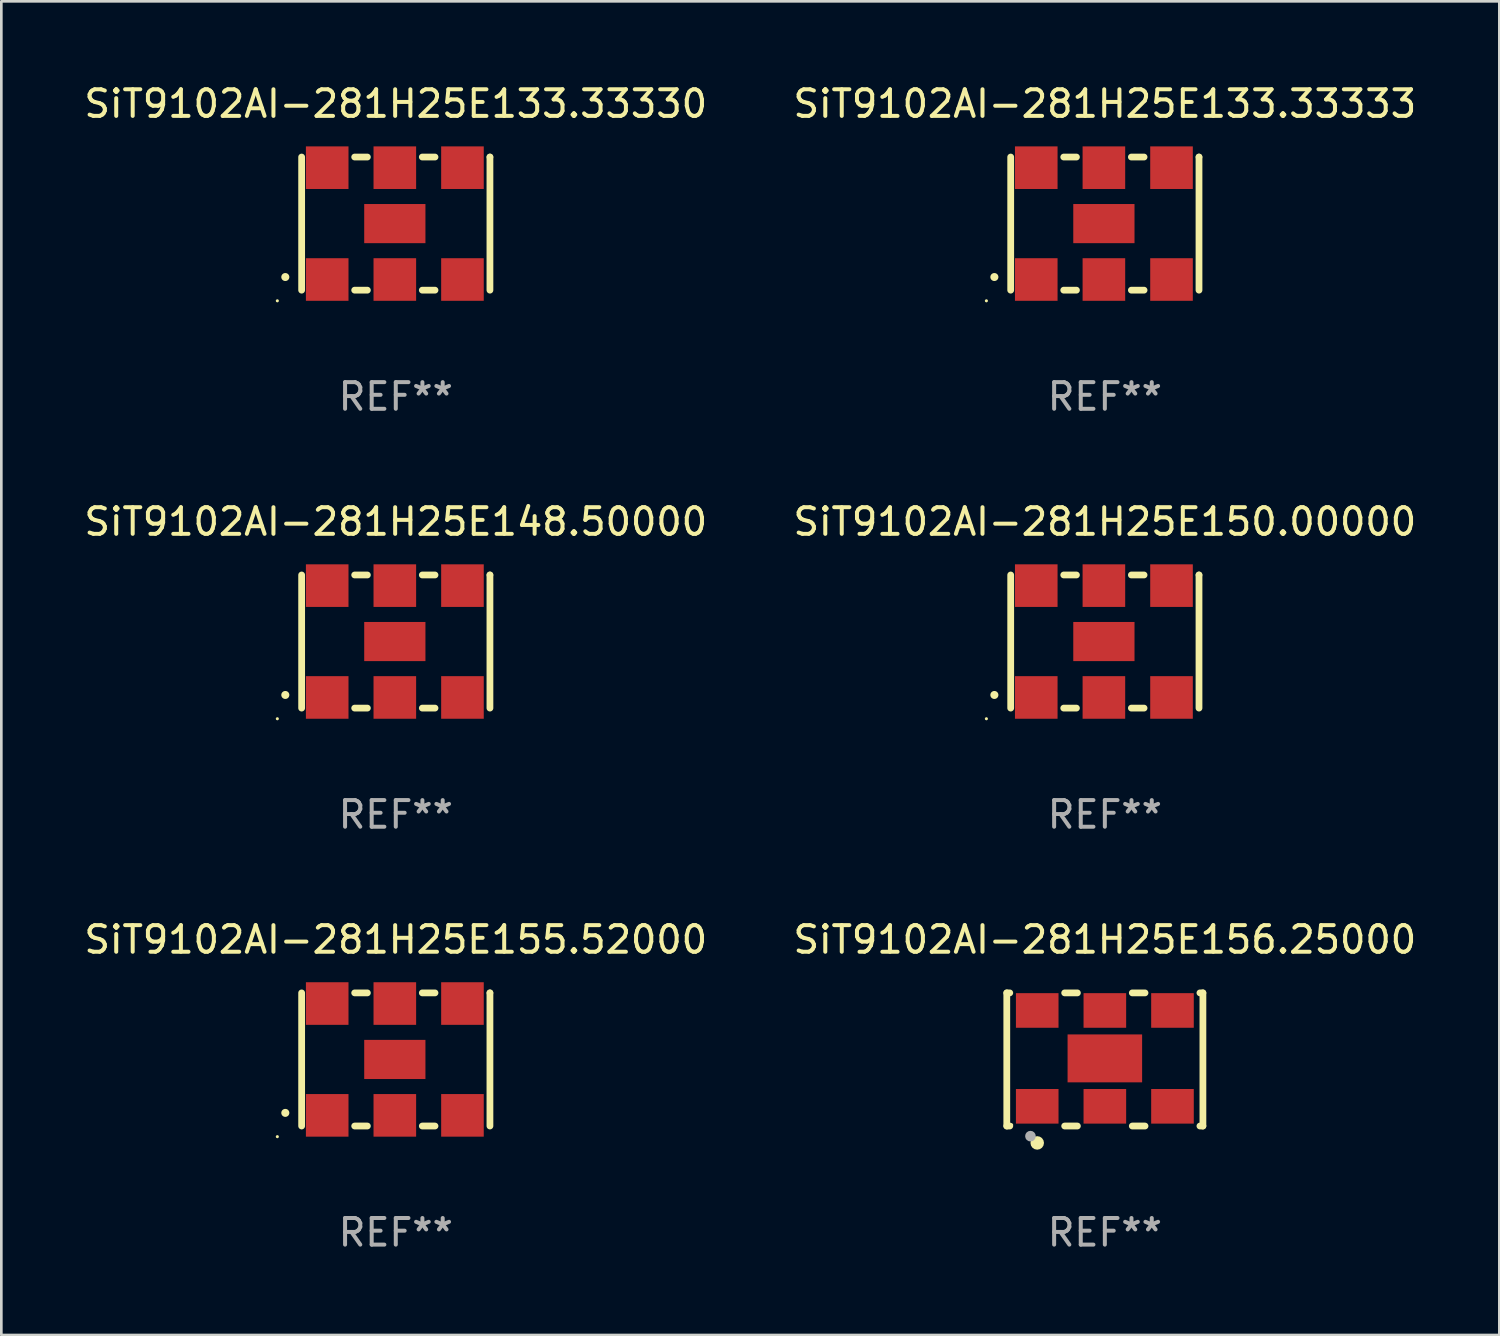
<source format=kicad_pcb>
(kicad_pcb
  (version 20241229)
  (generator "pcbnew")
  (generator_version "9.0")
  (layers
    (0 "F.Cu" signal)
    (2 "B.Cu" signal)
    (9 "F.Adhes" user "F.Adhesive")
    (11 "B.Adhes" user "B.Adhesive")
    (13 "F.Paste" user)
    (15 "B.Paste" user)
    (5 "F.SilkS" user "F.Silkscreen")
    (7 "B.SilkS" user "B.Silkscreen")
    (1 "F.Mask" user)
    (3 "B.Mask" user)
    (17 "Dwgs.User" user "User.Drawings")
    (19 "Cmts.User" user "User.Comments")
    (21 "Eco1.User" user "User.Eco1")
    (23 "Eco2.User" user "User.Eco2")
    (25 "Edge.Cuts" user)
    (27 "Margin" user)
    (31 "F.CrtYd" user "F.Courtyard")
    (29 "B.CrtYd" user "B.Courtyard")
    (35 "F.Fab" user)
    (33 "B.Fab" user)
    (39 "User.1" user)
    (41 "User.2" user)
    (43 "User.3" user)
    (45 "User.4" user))
  (footprint "SiT9102AI-281H25E156.25000"
    (layer "F.Cu")
    (at 38.446 36.741)
    (property "Reference" "SiT9102AI-281H25E156.25000" (at 0 -4.5 0) (layer "F.SilkS") (effects (font (size 1 1) (thickness 0.15))))
    (attr through_hole)
    (fp_line (start -3.683 -2.5) (end -3.571 -2.5) (stroke (width 0.254) (type solid)) (layer "F.SilkS"))
    (fp_line (start -3.683 2.5) (end -3.683 -2.5) (stroke (width 0.254) (type solid)) (layer "F.SilkS"))
    (fp_line (start -3.683 2.5) (end -3.571 2.5) (stroke (width 0.254) (type solid)) (layer "F.SilkS"))
    (fp_line (start -1.509 -2.5) (end -1.031 -2.5) (stroke (width 0.254) (type solid)) (layer "F.SilkS"))
    (fp_line (start -1.509 2.5) (end -1.031 2.5) (stroke (width 0.254) (type solid)) (layer "F.SilkS"))
    (fp_line (start 1.031 -2.5) (end 1.509 -2.5) (stroke (width 0.254) (type solid)) (layer "F.SilkS"))
    (fp_line (start 1.031 2.5) (end 1.509 2.5) (stroke (width 0.254) (type solid)) (layer "F.SilkS"))
    (fp_line (start 3.571 -2.5) (end 3.683 -2.5) (stroke (width 0.254) (type solid)) (layer "F.SilkS"))
    (fp_line (start 3.571 2.5) (end 3.683 2.5) (stroke (width 0.254) (type solid)) (layer "F.SilkS"))
    (fp_line (start 3.683 2.5) (end 3.683 -2.5) (stroke (width 0.254) (type solid)) (layer "F.SilkS"))
    (fp_circle (center -3.5 2.46) (end -3.47 2.46) (stroke (width 0.06) (type solid)) (fill no) (layer "F.SilkS"))
    (fp_circle (center -2.54 3.135) (end -2.413 3.135) (stroke (width 0.254) (type solid)) (fill no) (layer "F.SilkS"))
    (fp_circle (center -2.794 2.881) (end -2.694 2.881) (stroke (width 0.2) (type solid)) (fill no) (layer "F.Fab"))
    (fp_text user "REF**" (at 0 6.5 0) (layer "F.Fab") (effects (font (size 1 1) (thickness 0.15))))
    (pad "1" smd rect (at -2.54 1.76) (size 1.6 1.3) (layers "F.Cu" "F.Mask" "F.Paste"))
    (pad "2" smd rect (at 0 1.76) (size 1.6 1.3) (layers "F.Cu" "F.Mask" "F.Paste"))
    (pad "3" smd rect (at 2.54 1.76) (size 1.6 1.3) (layers "F.Cu" "F.Mask" "F.Paste"))
    (pad "4" smd rect (at 2.54 -1.84) (size 1.6 1.3) (layers "F.Cu" "F.Mask" "F.Paste"))
    (pad "5" smd rect (at 0 -1.84) (size 1.6 1.3) (layers "F.Cu" "F.Mask" "F.Paste"))
    (pad "6" smd rect (at -2.54 -1.84) (size 1.6 1.3) (layers "F.Cu" "F.Mask" "F.Paste"))
    (pad "7" smd rect (at 0 -0.04) (size 2.8 1.8) (layers "F.Cu" "F.Mask" "F.Paste")))
  (footprint "SiT9102AI-281H25E150.00000"
    (layer "F.Cu")
    (at 38.446 21.045)
    (property "Reference" "SiT9102AI-281H25E150.00000" (at 0 -4.5 0) (layer "F.SilkS") (effects (font (size 1 1) (thickness 0.15))))
    (attr through_hole)
    (fp_line (start -3.536 -2.5) (end -3.536 2.5) (stroke (width 0.254) (type solid)) (layer "F.SilkS"))
    (fp_line (start -1.544 2.5) (end -1.067 2.5) (stroke (width 0.254) (type solid)) (layer "F.SilkS"))
    (fp_line (start -1.067 -2.5) (end -1.544 -2.5) (stroke (width 0.254) (type solid)) (layer "F.SilkS"))
    (fp_line (start 0.996 2.5) (end 1.473 2.5) (stroke (width 0.254) (type solid)) (layer "F.SilkS"))
    (fp_line (start 1.473 -2.5) (end 0.996 -2.5) (stroke (width 0.254) (type solid)) (layer "F.SilkS"))
    (fp_line (start 3.536 -2.5) (end 3.536 -2.5) (stroke (width 0.254) (type solid)) (layer "F.SilkS"))
    (fp_line (start 3.536 2.5) (end 3.536 -2.5) (stroke (width 0.254) (type solid)) (layer "F.SilkS"))
    (fp_arc (start -4.150432 2.006604) (mid -4.149162 2.006599) (end -4.147892 2.006604) (stroke (width 0.3) (type solid)) (layer "F.SilkS"))
    (fp_circle (center -4.449 2.9) (end -4.419 2.9) (stroke (width 0.06) (type solid)) (fill no) (layer "F.SilkS"))
    (fp_text user "REF**" (at 0 6.5 0) (layer "F.Fab") (effects (font (size 1 1) (thickness 0.15))))
    (pad "1" smd rect (at -2.576 2.1) (size 1.6 1.6) (layers "F.Cu" "F.Mask" "F.Paste"))
    (pad "2" smd rect (at -0.036 2.1) (size 1.6 1.6) (layers "F.Cu" "F.Mask" "F.Paste"))
    (pad "3" smd rect (at 2.504 2.1) (size 1.6 1.6) (layers "F.Cu" "F.Mask" "F.Paste"))
    (pad "4" smd rect (at 2.504 -2.1) (size 1.6 1.6) (layers "F.Cu" "F.Mask" "F.Paste"))
    (pad "5" smd rect (at -0.036 -2.1) (size 1.6 1.6) (layers "F.Cu" "F.Mask" "F.Paste"))
    (pad "6" smd rect (at -2.576 -2.1) (size 1.6 1.6) (layers "F.Cu" "F.Mask" "F.Paste"))
    (pad "7" smd rect (at -0.036 0) (size 2.3 1.47) (layers "F.Cu" "F.Mask" "F.Paste")))
  (footprint "SiT9102AI-281H25E133.33333"
    (layer "F.Cu")
    (at 38.446 5.348)
    (property "Reference" "SiT9102AI-281H25E133.33333" (at 0 -4.5 0) (layer "F.SilkS") (effects (font (size 1 1) (thickness 0.15))))
    (attr through_hole)
    (fp_line (start -3.536 -2.5) (end -3.536 2.5) (stroke (width 0.254) (type solid)) (layer "F.SilkS"))
    (fp_line (start -1.544 2.5) (end -1.067 2.5) (stroke (width 0.254) (type solid)) (layer "F.SilkS"))
    (fp_line (start -1.067 -2.5) (end -1.544 -2.5) (stroke (width 0.254) (type solid)) (layer "F.SilkS"))
    (fp_line (start 0.996 2.5) (end 1.473 2.5) (stroke (width 0.254) (type solid)) (layer "F.SilkS"))
    (fp_line (start 1.473 -2.5) (end 0.996 -2.5) (stroke (width 0.254) (type solid)) (layer "F.SilkS"))
    (fp_line (start 3.536 -2.5) (end 3.536 -2.5) (stroke (width 0.254) (type solid)) (layer "F.SilkS"))
    (fp_line (start 3.536 2.5) (end 3.536 -2.5) (stroke (width 0.254) (type solid)) (layer "F.SilkS"))
    (fp_arc (start -4.150432 2.006604) (mid -4.149162 2.006599) (end -4.147892 2.006604) (stroke (width 0.3) (type solid)) (layer "F.SilkS"))
    (fp_circle (center -4.449 2.9) (end -4.419 2.9) (stroke (width 0.06) (type solid)) (fill no) (layer "F.SilkS"))
    (fp_text user "REF**" (at 0 6.5 0) (layer "F.Fab") (effects (font (size 1 1) (thickness 0.15))))
    (pad "1" smd rect (at -2.576 2.1) (size 1.6 1.6) (layers "F.Cu" "F.Mask" "F.Paste"))
    (pad "2" smd rect (at -0.036 2.1) (size 1.6 1.6) (layers "F.Cu" "F.Mask" "F.Paste"))
    (pad "3" smd rect (at 2.504 2.1) (size 1.6 1.6) (layers "F.Cu" "F.Mask" "F.Paste"))
    (pad "4" smd rect (at 2.504 -2.1) (size 1.6 1.6) (layers "F.Cu" "F.Mask" "F.Paste"))
    (pad "5" smd rect (at -0.036 -2.1) (size 1.6 1.6) (layers "F.Cu" "F.Mask" "F.Paste"))
    (pad "6" smd rect (at -2.576 -2.1) (size 1.6 1.6) (layers "F.Cu" "F.Mask" "F.Paste"))
    (pad "7" smd rect (at -0.036 0) (size 2.3 1.47) (layers "F.Cu" "F.Mask" "F.Paste")))
  (footprint "SiT9102AI-281H25E155.52000"
    (layer "F.Cu")
    (at 11.815 36.741)
    (property "Reference" "SiT9102AI-281H25E155.52000" (at 0 -4.5 0) (layer "F.SilkS") (effects (font (size 1 1) (thickness 0.15))))
    (attr through_hole)
    (fp_line (start -3.536 -2.5) (end -3.536 2.5) (stroke (width 0.254) (type solid)) (layer "F.SilkS"))
    (fp_line (start -1.544 2.5) (end -1.067 2.5) (stroke (width 0.254) (type solid)) (layer "F.SilkS"))
    (fp_line (start -1.067 -2.5) (end -1.544 -2.5) (stroke (width 0.254) (type solid)) (layer "F.SilkS"))
    (fp_line (start 0.996 2.5) (end 1.473 2.5) (stroke (width 0.254) (type solid)) (layer "F.SilkS"))
    (fp_line (start 1.473 -2.5) (end 0.996 -2.5) (stroke (width 0.254) (type solid)) (layer "F.SilkS"))
    (fp_line (start 3.536 -2.5) (end 3.536 -2.5) (stroke (width 0.254) (type solid)) (layer "F.SilkS"))
    (fp_line (start 3.536 2.5) (end 3.536 -2.5) (stroke (width 0.254) (type solid)) (layer "F.SilkS"))
    (fp_arc (start -4.150432 2.006604) (mid -4.149162 2.006599) (end -4.147892 2.006604) (stroke (width 0.3) (type solid)) (layer "F.SilkS"))
    (fp_circle (center -4.449 2.9) (end -4.419 2.9) (stroke (width 0.06) (type solid)) (fill no) (layer "F.SilkS"))
    (fp_text user "REF**" (at 0 6.5 0) (layer "F.Fab") (effects (font (size 1 1) (thickness 0.15))))
    (pad "1" smd rect (at -2.576 2.1) (size 1.6 1.6) (layers "F.Cu" "F.Mask" "F.Paste"))
    (pad "2" smd rect (at -0.036 2.1) (size 1.6 1.6) (layers "F.Cu" "F.Mask" "F.Paste"))
    (pad "3" smd rect (at 2.504 2.1) (size 1.6 1.6) (layers "F.Cu" "F.Mask" "F.Paste"))
    (pad "4" smd rect (at 2.504 -2.1) (size 1.6 1.6) (layers "F.Cu" "F.Mask" "F.Paste"))
    (pad "5" smd rect (at -0.036 -2.1) (size 1.6 1.6) (layers "F.Cu" "F.Mask" "F.Paste"))
    (pad "6" smd rect (at -2.576 -2.1) (size 1.6 1.6) (layers "F.Cu" "F.Mask" "F.Paste"))
    (pad "7" smd rect (at -0.036 0) (size 2.3 1.47) (layers "F.Cu" "F.Mask" "F.Paste")))
  (footprint "SiT9102AI-281H25E148.50000"
    (layer "F.Cu")
    (at 11.815 21.045)
    (property "Reference" "SiT9102AI-281H25E148.50000" (at 0 -4.5 0) (layer "F.SilkS") (effects (font (size 1 1) (thickness 0.15))))
    (attr through_hole)
    (fp_line (start -3.536 -2.5) (end -3.536 2.5) (stroke (width 0.254) (type solid)) (layer "F.SilkS"))
    (fp_line (start -1.544 2.5) (end -1.067 2.5) (stroke (width 0.254) (type solid)) (layer "F.SilkS"))
    (fp_line (start -1.067 -2.5) (end -1.544 -2.5) (stroke (width 0.254) (type solid)) (layer "F.SilkS"))
    (fp_line (start 0.996 2.5) (end 1.473 2.5) (stroke (width 0.254) (type solid)) (layer "F.SilkS"))
    (fp_line (start 1.473 -2.5) (end 0.996 -2.5) (stroke (width 0.254) (type solid)) (layer "F.SilkS"))
    (fp_line (start 3.536 -2.5) (end 3.536 -2.5) (stroke (width 0.254) (type solid)) (layer "F.SilkS"))
    (fp_line (start 3.536 2.5) (end 3.536 -2.5) (stroke (width 0.254) (type solid)) (layer "F.SilkS"))
    (fp_arc (start -4.150432 2.006604) (mid -4.149162 2.006599) (end -4.147892 2.006604) (stroke (width 0.3) (type solid)) (layer "F.SilkS"))
    (fp_circle (center -4.449 2.9) (end -4.419 2.9) (stroke (width 0.06) (type solid)) (fill no) (layer "F.SilkS"))
    (fp_text user "REF**" (at 0 6.5 0) (layer "F.Fab") (effects (font (size 1 1) (thickness 0.15))))
    (pad "1" smd rect (at -2.576 2.1) (size 1.6 1.6) (layers "F.Cu" "F.Mask" "F.Paste"))
    (pad "2" smd rect (at -0.036 2.1) (size 1.6 1.6) (layers "F.Cu" "F.Mask" "F.Paste"))
    (pad "3" smd rect (at 2.504 2.1) (size 1.6 1.6) (layers "F.Cu" "F.Mask" "F.Paste"))
    (pad "4" smd rect (at 2.504 -2.1) (size 1.6 1.6) (layers "F.Cu" "F.Mask" "F.Paste"))
    (pad "5" smd rect (at -0.036 -2.1) (size 1.6 1.6) (layers "F.Cu" "F.Mask" "F.Paste"))
    (pad "6" smd rect (at -2.576 -2.1) (size 1.6 1.6) (layers "F.Cu" "F.Mask" "F.Paste"))
    (pad "7" smd rect (at -0.036 0) (size 2.3 1.47) (layers "F.Cu" "F.Mask" "F.Paste")))
  (footprint "SiT9102AI-281H25E133.33330"
    (layer "F.Cu")
    (at 11.815 5.348)
    (property "Reference" "SiT9102AI-281H25E133.33330" (at 0 -4.5 0) (layer "F.SilkS") (effects (font (size 1 1) (thickness 0.15))))
    (attr through_hole)
    (fp_line (start -3.536 -2.5) (end -3.536 2.5) (stroke (width 0.254) (type solid)) (layer "F.SilkS"))
    (fp_line (start -1.544 2.5) (end -1.067 2.5) (stroke (width 0.254) (type solid)) (layer "F.SilkS"))
    (fp_line (start -1.067 -2.5) (end -1.544 -2.5) (stroke (width 0.254) (type solid)) (layer "F.SilkS"))
    (fp_line (start 0.996 2.5) (end 1.473 2.5) (stroke (width 0.254) (type solid)) (layer "F.SilkS"))
    (fp_line (start 1.473 -2.5) (end 0.996 -2.5) (stroke (width 0.254) (type solid)) (layer "F.SilkS"))
    (fp_line (start 3.536 -2.5) (end 3.536 -2.5) (stroke (width 0.254) (type solid)) (layer "F.SilkS"))
    (fp_line (start 3.536 2.5) (end 3.536 -2.5) (stroke (width 0.254) (type solid)) (layer "F.SilkS"))
    (fp_arc (start -4.150432 2.006604) (mid -4.149162 2.006599) (end -4.147892 2.006604) (stroke (width 0.3) (type solid)) (layer "F.SilkS"))
    (fp_circle (center -4.449 2.9) (end -4.419 2.9) (stroke (width 0.06) (type solid)) (fill no) (layer "F.SilkS"))
    (fp_text user "REF**" (at 0 6.5 0) (layer "F.Fab") (effects (font (size 1 1) (thickness 0.15))))
    (pad "1" smd rect (at -2.576 2.1) (size 1.6 1.6) (layers "F.Cu" "F.Mask" "F.Paste"))
    (pad "2" smd rect (at -0.036 2.1) (size 1.6 1.6) (layers "F.Cu" "F.Mask" "F.Paste"))
    (pad "3" smd rect (at 2.504 2.1) (size 1.6 1.6) (layers "F.Cu" "F.Mask" "F.Paste"))
    (pad "4" smd rect (at 2.504 -2.1) (size 1.6 1.6) (layers "F.Cu" "F.Mask" "F.Paste"))
    (pad "5" smd rect (at -0.036 -2.1) (size 1.6 1.6) (layers "F.Cu" "F.Mask" "F.Paste"))
    (pad "6" smd rect (at -2.576 -2.1) (size 1.6 1.6) (layers "F.Cu" "F.Mask" "F.Paste"))
    (pad "7" smd rect (at -0.036 0) (size 2.3 1.47) (layers "F.Cu" "F.Mask" "F.Paste")))
  (gr_rect
    (start -3 -3)
    (end 53.262 47.09)
    (stroke (width 0.1) (type default))
    (fill no)
    (layer "Edge.Cuts")))
</source>
